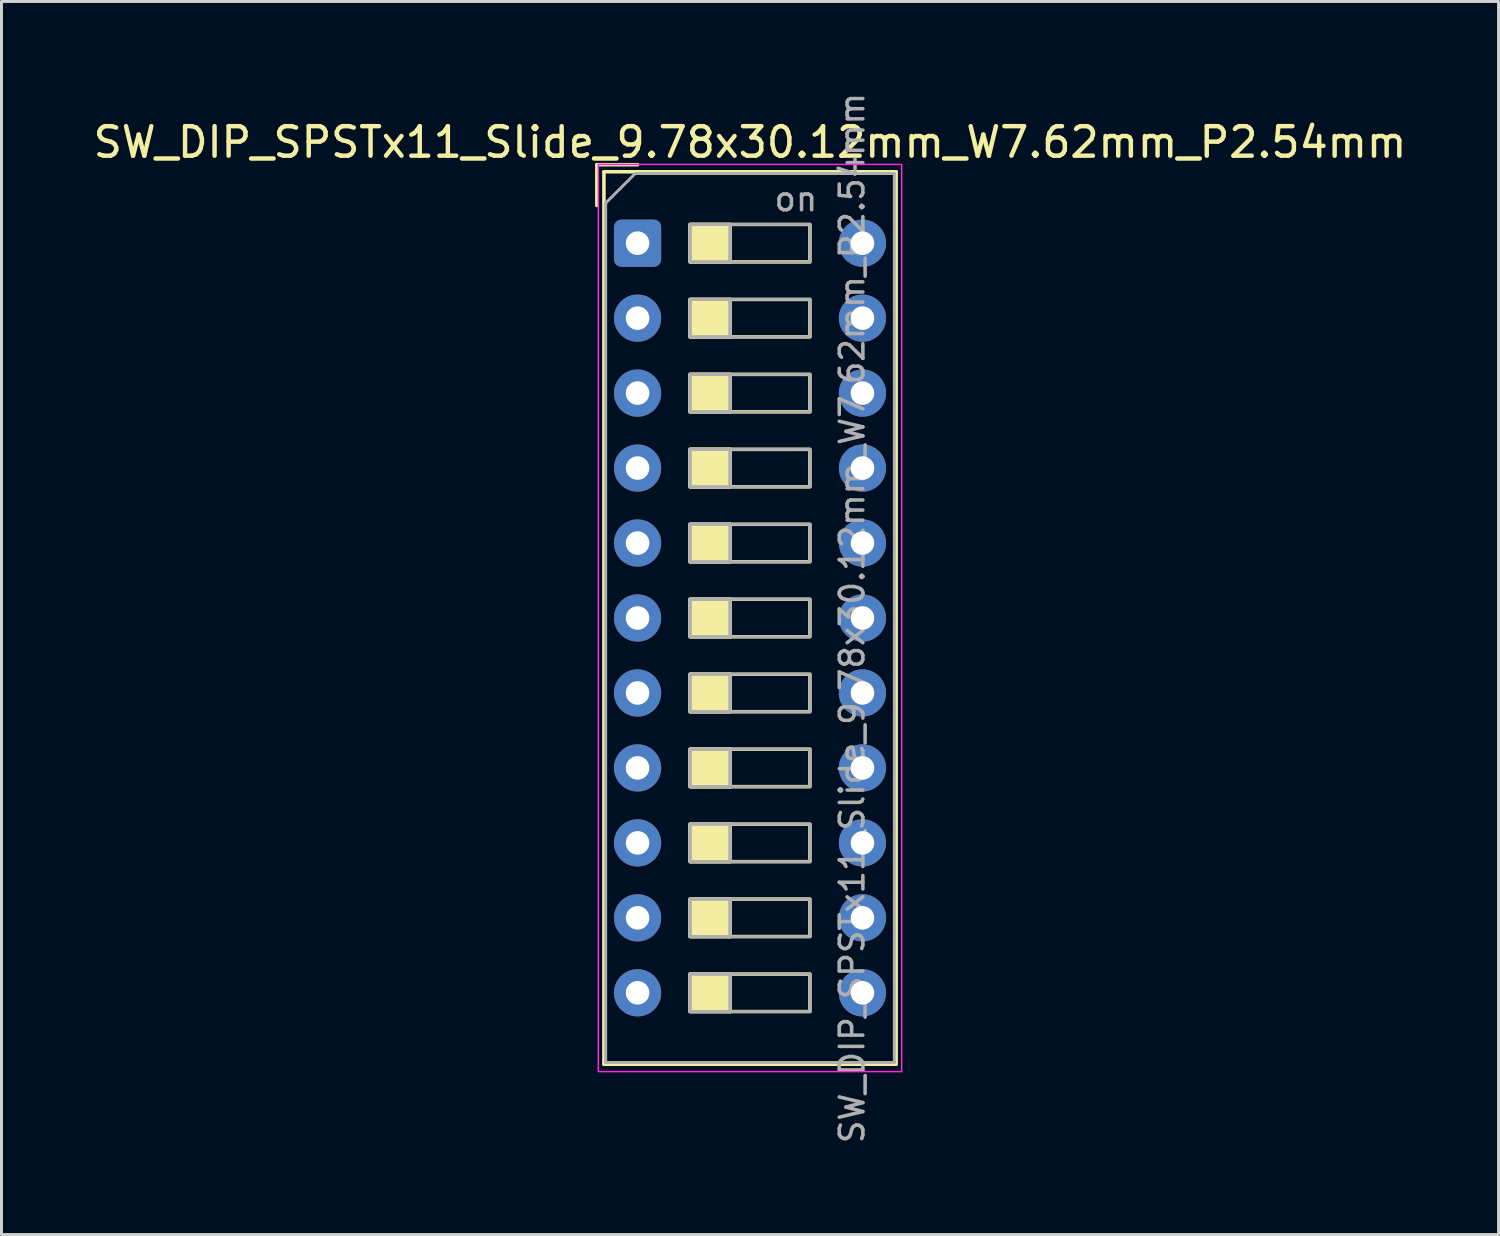
<source format=kicad_pcb>
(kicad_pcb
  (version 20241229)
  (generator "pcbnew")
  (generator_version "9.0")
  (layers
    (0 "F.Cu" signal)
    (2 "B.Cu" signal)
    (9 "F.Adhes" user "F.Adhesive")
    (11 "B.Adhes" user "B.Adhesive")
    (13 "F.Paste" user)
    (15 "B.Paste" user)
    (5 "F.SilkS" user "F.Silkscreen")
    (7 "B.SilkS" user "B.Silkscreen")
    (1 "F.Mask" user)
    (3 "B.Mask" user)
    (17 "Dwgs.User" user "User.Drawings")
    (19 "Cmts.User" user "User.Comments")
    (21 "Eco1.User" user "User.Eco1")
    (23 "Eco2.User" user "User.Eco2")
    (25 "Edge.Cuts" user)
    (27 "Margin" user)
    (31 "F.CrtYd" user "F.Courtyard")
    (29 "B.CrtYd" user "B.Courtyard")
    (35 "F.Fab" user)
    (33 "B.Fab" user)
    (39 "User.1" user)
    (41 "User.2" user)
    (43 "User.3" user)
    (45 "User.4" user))
  (footprint "SW_DIP_SPSTx11_Slide_9.78x30.12mm_W7.62mm_P2.54mm"
    (layer "F.Cu")
    (at 18.553 5.19)
    (property "Reference" "SW_DIP_SPSTx11_Slide_9.78x30.12mm_W7.62mm_P2.54mm" (at 3.81 -3.42 0) (layer "F.SilkS") (effects (font (size 1 1) (thickness 0.15))))
    (attr through_hole)
    (fp_line (start -1.38 -2.66) (end -1.38 -1.277) (stroke (width 0.12) (type solid)) (layer "F.SilkS"))
    (fp_line (start -1.38 -2.66) (end 0.003 -2.66) (stroke (width 0.12) (type solid)) (layer "F.SilkS"))
    (fp_line (start -1.14 -2.42) (end -1.14 27.82) (stroke (width 0.12) (type solid)) (layer "F.SilkS"))
    (fp_line (start -1.14 -2.42) (end 8.76 -2.42) (stroke (width 0.12) (type solid)) (layer "F.SilkS"))
    (fp_line (start -1.14 27.82) (end 8.76 27.82) (stroke (width 0.12) (type solid)) (layer "F.SilkS"))
    (fp_line (start 3.133 -0.635) (end 3.133 0.635) (stroke (width 0.12) (type solid)) (layer "F.SilkS"))
    (fp_line (start 3.133 1.905) (end 3.133 3.175) (stroke (width 0.12) (type solid)) (layer "F.SilkS"))
    (fp_line (start 3.133 4.445) (end 3.133 5.715) (stroke (width 0.12) (type solid)) (layer "F.SilkS"))
    (fp_line (start 3.133 6.985) (end 3.133 8.255) (stroke (width 0.12) (type solid)) (layer "F.SilkS"))
    (fp_line (start 3.133 9.525) (end 3.133 10.795) (stroke (width 0.12) (type solid)) (layer "F.SilkS"))
    (fp_line (start 3.133 12.065) (end 3.133 13.335) (stroke (width 0.12) (type solid)) (layer "F.SilkS"))
    (fp_line (start 3.133 14.605) (end 3.133 15.875) (stroke (width 0.12) (type solid)) (layer "F.SilkS"))
    (fp_line (start 3.133 17.145) (end 3.133 18.415) (stroke (width 0.12) (type solid)) (layer "F.SilkS"))
    (fp_line (start 3.133 19.685) (end 3.133 20.955) (stroke (width 0.12) (type solid)) (layer "F.SilkS"))
    (fp_line (start 3.133 22.225) (end 3.133 23.495) (stroke (width 0.12) (type solid)) (layer "F.SilkS"))
    (fp_line (start 3.133 24.765) (end 3.133 26.035) (stroke (width 0.12) (type solid)) (layer "F.SilkS"))
    (fp_line (start 8.76 -2.42) (end 8.76 27.82) (stroke (width 0.12) (type solid)) (layer "F.SilkS"))
    (fp_rect (start 1.78 -0.635) (end 3.133 0.635) (stroke (width 0.12) (type solid)) (fill yes) (layer "F.SilkS"))
    (fp_rect (start 1.78 -0.635) (end 5.84 0.635) (stroke (width 0.12) (type solid)) (fill no) (layer "F.SilkS"))
    (fp_rect (start 1.78 1.905) (end 3.133 3.175) (stroke (width 0.12) (type solid)) (fill yes) (layer "F.SilkS"))
    (fp_rect (start 1.78 1.905) (end 5.84 3.175) (stroke (width 0.12) (type solid)) (fill no) (layer "F.SilkS"))
    (fp_rect (start 1.78 4.445) (end 3.133 5.715) (stroke (width 0.12) (type solid)) (fill yes) (layer "F.SilkS"))
    (fp_rect (start 1.78 4.445) (end 5.84 5.715) (stroke (width 0.12) (type solid)) (fill no) (layer "F.SilkS"))
    (fp_rect (start 1.78 6.985) (end 3.133 8.255) (stroke (width 0.12) (type solid)) (fill yes) (layer "F.SilkS"))
    (fp_rect (start 1.78 6.985) (end 5.84 8.255) (stroke (width 0.12) (type solid)) (fill no) (layer "F.SilkS"))
    (fp_rect (start 1.78 9.525) (end 3.133 10.795) (stroke (width 0.12) (type solid)) (fill yes) (layer "F.SilkS"))
    (fp_rect (start 1.78 9.525) (end 5.84 10.795) (stroke (width 0.12) (type solid)) (fill no) (layer "F.SilkS"))
    (fp_rect (start 1.78 12.065) (end 3.133 13.335) (stroke (width 0.12) (type solid)) (fill yes) (layer "F.SilkS"))
    (fp_rect (start 1.78 12.065) (end 5.84 13.335) (stroke (width 0.12) (type solid)) (fill no) (layer "F.SilkS"))
    (fp_rect (start 1.78 14.605) (end 3.133 15.875) (stroke (width 0.12) (type solid)) (fill yes) (layer "F.SilkS"))
    (fp_rect (start 1.78 14.605) (end 5.84 15.875) (stroke (width 0.12) (type solid)) (fill no) (layer "F.SilkS"))
    (fp_rect (start 1.78 17.145) (end 3.133 18.415) (stroke (width 0.12) (type solid)) (fill yes) (layer "F.SilkS"))
    (fp_rect (start 1.78 17.145) (end 5.84 18.415) (stroke (width 0.12) (type solid)) (fill no) (layer "F.SilkS"))
    (fp_rect (start 1.78 19.685) (end 3.133 20.955) (stroke (width 0.12) (type solid)) (fill yes) (layer "F.SilkS"))
    (fp_rect (start 1.78 19.685) (end 5.84 20.955) (stroke (width 0.12) (type solid)) (fill no) (layer "F.SilkS"))
    (fp_rect (start 1.78 22.225) (end 3.133 23.495) (stroke (width 0.12) (type solid)) (fill yes) (layer "F.SilkS"))
    (fp_rect (start 1.78 22.225) (end 5.84 23.495) (stroke (width 0.12) (type solid)) (fill no) (layer "F.SilkS"))
    (fp_rect (start 1.78 24.765) (end 3.133 26.035) (stroke (width 0.12) (type solid)) (fill yes) (layer "F.SilkS"))
    (fp_rect (start 1.78 24.765) (end 5.84 26.035) (stroke (width 0.12) (type solid)) (fill no) (layer "F.SilkS"))
    (fp_rect (start -1.33 -2.67) (end 8.95 28.07) (stroke (width 0.05) (type solid)) (fill no) (layer "F.CrtYd"))
    (fp_line (start -1.08 -1.36) (end -0.08 -2.36) (stroke (width 0.1) (type solid)) (layer "F.Fab"))
    (fp_line (start -1.08 27.76) (end -1.08 -1.36) (stroke (width 0.1) (type solid)) (layer "F.Fab"))
    (fp_line (start -0.08 -2.36) (end 8.7 -2.36) (stroke (width 0.1) (type solid)) (layer "F.Fab"))
    (fp_line (start 3.133 -0.635) (end 3.133 0.635) (stroke (width 0.1) (type solid)) (layer "F.Fab"))
    (fp_line (start 3.133 1.905) (end 3.133 3.175) (stroke (width 0.1) (type solid)) (layer "F.Fab"))
    (fp_line (start 3.133 4.445) (end 3.133 5.715) (stroke (width 0.1) (type solid)) (layer "F.Fab"))
    (fp_line (start 3.133 6.985) (end 3.133 8.255) (stroke (width 0.1) (type solid)) (layer "F.Fab"))
    (fp_line (start 3.133 9.525) (end 3.133 10.795) (stroke (width 0.1) (type solid)) (layer "F.Fab"))
    (fp_line (start 3.133 12.065) (end 3.133 13.335) (stroke (width 0.1) (type solid)) (layer "F.Fab"))
    (fp_line (start 3.133 14.605) (end 3.133 15.875) (stroke (width 0.1) (type solid)) (layer "F.Fab"))
    (fp_line (start 3.133 17.145) (end 3.133 18.415) (stroke (width 0.1) (type solid)) (layer "F.Fab"))
    (fp_line (start 3.133 19.685) (end 3.133 20.955) (stroke (width 0.1) (type solid)) (layer "F.Fab"))
    (fp_line (start 3.133 22.225) (end 3.133 23.495) (stroke (width 0.1) (type solid)) (layer "F.Fab"))
    (fp_line (start 3.133 24.765) (end 3.133 26.035) (stroke (width 0.1) (type solid)) (layer "F.Fab"))
    (fp_line (start 8.7 -2.36) (end 8.7 27.76) (stroke (width 0.1) (type solid)) (layer "F.Fab"))
    (fp_line (start 8.7 27.76) (end -1.08 27.76) (stroke (width 0.1) (type solid)) (layer "F.Fab"))
    (fp_rect (start 1.78 -0.635) (end 3.133 0.635) (stroke (width 0.1) (type solid)) (fill no) (layer "F.Fab"))
    (fp_rect (start 1.78 -0.635) (end 5.84 0.635) (stroke (width 0.1) (type solid)) (fill no) (layer "F.Fab"))
    (fp_rect (start 1.78 1.905) (end 3.133 3.175) (stroke (width 0.1) (type solid)) (fill no) (layer "F.Fab"))
    (fp_rect (start 1.78 1.905) (end 5.84 3.175) (stroke (width 0.1) (type solid)) (fill no) (layer "F.Fab"))
    (fp_rect (start 1.78 4.445) (end 3.133 5.715) (stroke (width 0.1) (type solid)) (fill no) (layer "F.Fab"))
    (fp_rect (start 1.78 4.445) (end 5.84 5.715) (stroke (width 0.1) (type solid)) (fill no) (layer "F.Fab"))
    (fp_rect (start 1.78 6.985) (end 3.133 8.255) (stroke (width 0.1) (type solid)) (fill no) (layer "F.Fab"))
    (fp_rect (start 1.78 6.985) (end 5.84 8.255) (stroke (width 0.1) (type solid)) (fill no) (layer "F.Fab"))
    (fp_rect (start 1.78 9.525) (end 3.133 10.795) (stroke (width 0.1) (type solid)) (fill no) (layer "F.Fab"))
    (fp_rect (start 1.78 9.525) (end 5.84 10.795) (stroke (width 0.1) (type solid)) (fill no) (layer "F.Fab"))
    (fp_rect (start 1.78 12.065) (end 3.133 13.335) (stroke (width 0.1) (type solid)) (fill no) (layer "F.Fab"))
    (fp_rect (start 1.78 12.065) (end 5.84 13.335) (stroke (width 0.1) (type solid)) (fill no) (layer "F.Fab"))
    (fp_rect (start 1.78 14.605) (end 3.133 15.875) (stroke (width 0.1) (type solid)) (fill no) (layer "F.Fab"))
    (fp_rect (start 1.78 14.605) (end 5.84 15.875) (stroke (width 0.1) (type solid)) (fill no) (layer "F.Fab"))
    (fp_rect (start 1.78 17.145) (end 3.133 18.415) (stroke (width 0.1) (type solid)) (fill no) (layer "F.Fab"))
    (fp_rect (start 1.78 17.145) (end 5.84 18.415) (stroke (width 0.1) (type solid)) (fill no) (layer "F.Fab"))
    (fp_rect (start 1.78 19.685) (end 3.133 20.955) (stroke (width 0.1) (type solid)) (fill no) (layer "F.Fab"))
    (fp_rect (start 1.78 19.685) (end 5.84 20.955) (stroke (width 0.1) (type solid)) (fill no) (layer "F.Fab"))
    (fp_rect (start 1.78 22.225) (end 3.133 23.495) (stroke (width 0.1) (type solid)) (fill no) (layer "F.Fab"))
    (fp_rect (start 1.78 22.225) (end 5.84 23.495) (stroke (width 0.1) (type solid)) (fill no) (layer "F.Fab"))
    (fp_rect (start 1.78 24.765) (end 3.133 26.035) (stroke (width 0.1) (type solid)) (fill no) (layer "F.Fab"))
    (fp_rect (start 1.78 24.765) (end 5.84 26.035) (stroke (width 0.1) (type solid)) (fill no) (layer "F.Fab"))
    (fp_text user "on" (at 5.365 -1.498 0) (layer "F.Fab") (effects (font (size 0.8 0.8) (thickness 0.12))))
    (fp_text user "${REFERENCE}" (at 7.27 12.7 90) (layer "F.Fab") (effects (font (size 0.8 0.8) (thickness 0.12))))
    (pad "1" thru_hole roundrect (at 0 0) (size 1.6 1.6) (drill 0.8) (layers "*.Cu" "*.Mask") (roundrect_rratio 0.156))
    (pad "2" thru_hole circle (at 0 2.54) (size 1.6 1.6) (drill 0.8) (layers "*.Cu" "*.Mask"))
    (pad "3" thru_hole circle (at 0 5.08) (size 1.6 1.6) (drill 0.8) (layers "*.Cu" "*.Mask"))
    (pad "4" thru_hole circle (at 0 7.62) (size 1.6 1.6) (drill 0.8) (layers "*.Cu" "*.Mask"))
    (pad "5" thru_hole circle (at 0 10.16) (size 1.6 1.6) (drill 0.8) (layers "*.Cu" "*.Mask"))
    (pad "6" thru_hole circle (at 0 12.7) (size 1.6 1.6) (drill 0.8) (layers "*.Cu" "*.Mask"))
    (pad "7" thru_hole circle (at 0 15.24) (size 1.6 1.6) (drill 0.8) (layers "*.Cu" "*.Mask"))
    (pad "8" thru_hole circle (at 0 17.78) (size 1.6 1.6) (drill 0.8) (layers "*.Cu" "*.Mask"))
    (pad "9" thru_hole circle (at 0 20.32) (size 1.6 1.6) (drill 0.8) (layers "*.Cu" "*.Mask"))
    (pad "10" thru_hole circle (at 0 22.86) (size 1.6 1.6) (drill 0.8) (layers "*.Cu" "*.Mask"))
    (pad "11" thru_hole circle (at 0 25.4) (size 1.6 1.6) (drill 0.8) (layers "*.Cu" "*.Mask"))
    (pad "12" thru_hole circle (at 7.62 25.4) (size 1.6 1.6) (drill 0.8) (layers "*.Cu" "*.Mask"))
    (pad "13" thru_hole circle (at 7.62 22.86) (size 1.6 1.6) (drill 0.8) (layers "*.Cu" "*.Mask"))
    (pad "14" thru_hole circle (at 7.62 20.32) (size 1.6 1.6) (drill 0.8) (layers "*.Cu" "*.Mask"))
    (pad "15" thru_hole circle (at 7.62 17.78) (size 1.6 1.6) (drill 0.8) (layers "*.Cu" "*.Mask"))
    (pad "16" thru_hole circle (at 7.62 15.24) (size 1.6 1.6) (drill 0.8) (layers "*.Cu" "*.Mask"))
    (pad "17" thru_hole circle (at 7.62 12.7) (size 1.6 1.6) (drill 0.8) (layers "*.Cu" "*.Mask"))
    (pad "18" thru_hole circle (at 7.62 10.16) (size 1.6 1.6) (drill 0.8) (layers "*.Cu" "*.Mask"))
    (pad "19" thru_hole circle (at 7.62 7.62) (size 1.6 1.6) (drill 0.8) (layers "*.Cu" "*.Mask"))
    (pad "20" thru_hole circle (at 7.62 5.08) (size 1.6 1.6) (drill 0.8) (layers "*.Cu" "*.Mask"))
    (pad "21" thru_hole circle (at 7.62 2.54) (size 1.6 1.6) (drill 0.8) (layers "*.Cu" "*.Mask"))
    (pad "22" thru_hole circle (at 7.62 0) (size 1.6 1.6) (drill 0.8) (layers "*.Cu" "*.Mask")))
  (gr_rect
    (start -3 -3)
    (end 47.726 38.781)
    (stroke (width 0.1) (type default))
    (fill no)
    (layer "Edge.Cuts")))
</source>
